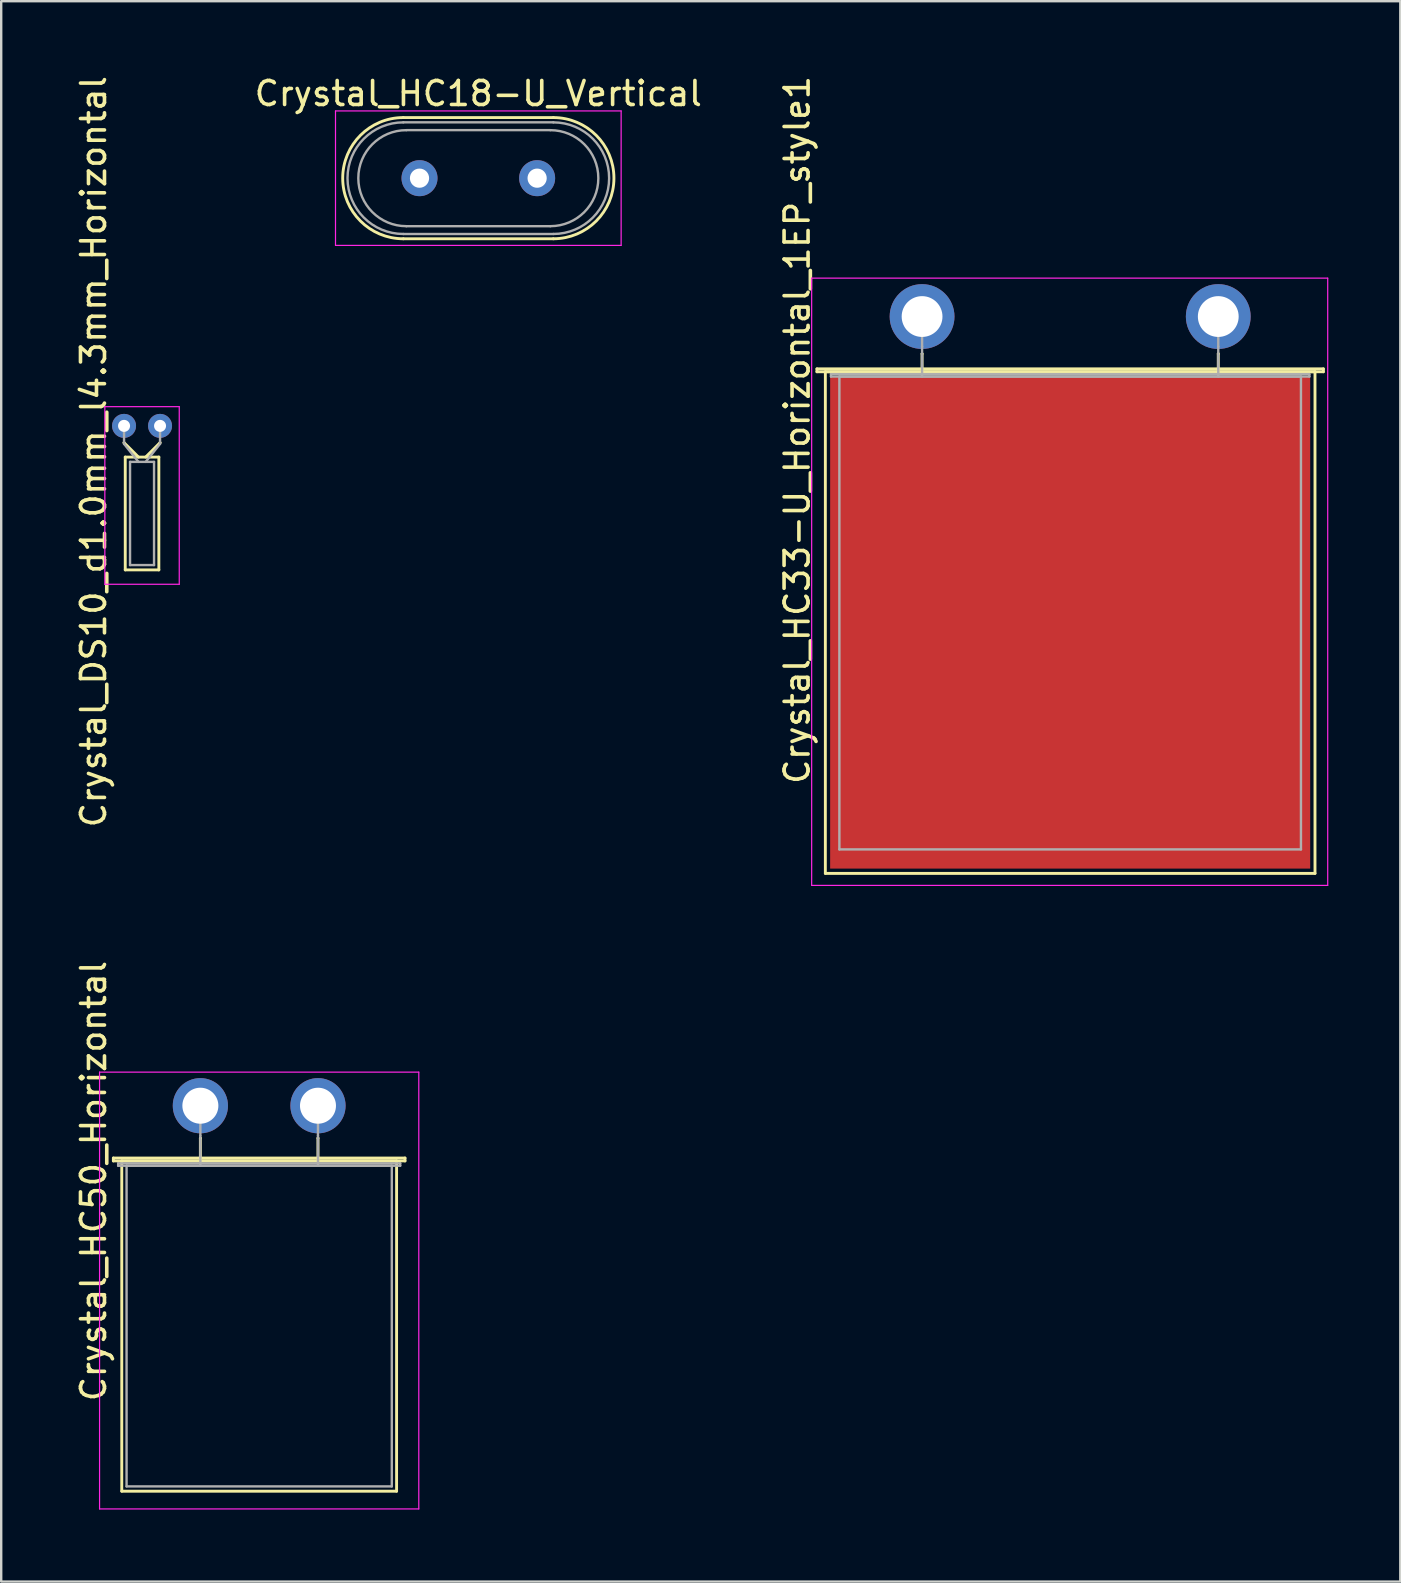
<source format=kicad_pcb>
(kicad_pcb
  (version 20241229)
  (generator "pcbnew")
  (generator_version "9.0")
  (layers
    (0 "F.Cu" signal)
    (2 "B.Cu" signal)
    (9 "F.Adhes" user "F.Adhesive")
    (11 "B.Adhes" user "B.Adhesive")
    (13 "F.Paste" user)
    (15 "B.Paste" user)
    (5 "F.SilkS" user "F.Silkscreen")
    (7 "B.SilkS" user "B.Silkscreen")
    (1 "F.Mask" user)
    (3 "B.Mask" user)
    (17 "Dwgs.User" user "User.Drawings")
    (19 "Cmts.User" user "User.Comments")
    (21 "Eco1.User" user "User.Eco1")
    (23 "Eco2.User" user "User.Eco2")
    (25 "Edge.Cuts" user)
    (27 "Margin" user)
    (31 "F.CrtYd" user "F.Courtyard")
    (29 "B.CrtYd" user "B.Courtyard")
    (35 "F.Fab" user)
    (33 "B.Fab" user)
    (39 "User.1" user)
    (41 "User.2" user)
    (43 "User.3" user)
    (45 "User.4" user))
  (footprint "Crystal_HC18-U_Vertical"
    (layer "F.Cu")
    (at 14.428 4.373)
    (property "Reference" "Crystal_HC18-U_Vertical" (at 2.45 -3.525 0) (layer "F.SilkS") (effects (font (size 1 1) (thickness 0.15))))
    (attr through_hole)
    (fp_line (start -0.675 -2.525) (end 5.575 -2.525) (stroke (width 0.12) (type solid)) (layer "F.SilkS"))
    (fp_line (start -0.675 2.525) (end 5.575 2.525) (stroke (width 0.12) (type solid)) (layer "F.SilkS"))
    (fp_arc (start -0.675 2.525) (mid -3.2 0) (end -0.675 -2.525) (stroke (width 0.12) (type solid)) (layer "F.SilkS"))
    (fp_arc (start 5.575 -2.525) (mid 8.1 0) (end 5.575 2.525) (stroke (width 0.12) (type solid)) (layer "F.SilkS"))
    (fp_line (start -3.5 -2.8) (end -3.5 2.8) (stroke (width 0.05) (type solid)) (layer "F.CrtYd"))
    (fp_line (start -3.5 2.8) (end 8.4 2.8) (stroke (width 0.05) (type solid)) (layer "F.CrtYd"))
    (fp_line (start 8.4 -2.8) (end -3.5 -2.8) (stroke (width 0.05) (type solid)) (layer "F.CrtYd"))
    (fp_line (start 8.4 2.8) (end 8.4 -2.8) (stroke (width 0.05) (type solid)) (layer "F.CrtYd"))
    (fp_line (start -0.675 -2.325) (end 5.575 -2.325) (stroke (width 0.1) (type solid)) (layer "F.Fab"))
    (fp_line (start -0.675 2.325) (end 5.575 2.325) (stroke (width 0.1) (type solid)) (layer "F.Fab"))
    (fp_line (start -0.55 -2) (end 5.45 -2) (stroke (width 0.1) (type solid)) (layer "F.Fab"))
    (fp_line (start -0.55 2) (end 5.45 2) (stroke (width 0.1) (type solid)) (layer "F.Fab"))
    (fp_arc (start -0.675 2.325) (mid -3 0) (end -0.675 -2.325) (stroke (width 0.1) (type solid)) (layer "F.Fab"))
    (fp_arc (start -0.55 2) (mid -2.55 0) (end -0.55 -2) (stroke (width 0.1) (type solid)) (layer "F.Fab"))
    (fp_arc (start 5.45 -2) (mid 7.45 0) (end 5.45 2) (stroke (width 0.1) (type solid)) (layer "F.Fab"))
    (fp_arc (start 5.575 -2.325) (mid 7.9 0) (end 5.575 2.325) (stroke (width 0.1) (type solid)) (layer "F.Fab"))
    (pad "1" thru_hole circle (at 0 0) (size 1.5 1.5) (drill 0.8) (layers "*.Cu" "*.Mask"))
    (pad "2" thru_hole circle (at 4.9 0) (size 1.5 1.5) (drill 0.8) (layers "*.Cu" "*.Mask")))
  (footprint "Crystal_DS10_d1.0mm_l4.3mm_Horizontal"
    (layer "F.Cu")
    (at 2.118 14.693)
    (property "Reference" "Crystal_DS10_d1.0mm_l4.3mm_Horizontal" (at -1.27 1.075 90) (layer "F.SilkS") (effects (font (size 1 1) (thickness 0.15))))
    (attr through_hole)
    (fp_line (start 0 0.7) (end 0 0.7) (stroke (width 0.12) (type solid)) (layer "F.SilkS"))
    (fp_line (start 0.05 1.3) (end 0.05 6) (stroke (width 0.12) (type solid)) (layer "F.SilkS"))
    (fp_line (start 0.05 6) (end 1.45 6) (stroke (width 0.12) (type solid)) (layer "F.SilkS"))
    (fp_line (start 0.6 1.3) (end 0 0.7) (stroke (width 0.12) (type solid)) (layer "F.SilkS"))
    (fp_line (start 0.9 1.3) (end 1.5 0.7) (stroke (width 0.12) (type solid)) (layer "F.SilkS"))
    (fp_line (start 1.45 1.3) (end 0.05 1.3) (stroke (width 0.12) (type solid)) (layer "F.SilkS"))
    (fp_line (start 1.45 6) (end 1.45 1.3) (stroke (width 0.12) (type solid)) (layer "F.SilkS"))
    (fp_line (start 1.5 0.7) (end 1.5 0.7) (stroke (width 0.12) (type solid)) (layer "F.SilkS"))
    (fp_line (start -0.8 -0.8) (end -0.8 6.6) (stroke (width 0.05) (type solid)) (layer "F.CrtYd"))
    (fp_line (start -0.8 6.6) (end 2.3 6.6) (stroke (width 0.05) (type solid)) (layer "F.CrtYd"))
    (fp_line (start 2.3 -0.8) (end -0.8 -0.8) (stroke (width 0.05) (type solid)) (layer "F.CrtYd"))
    (fp_line (start 2.3 6.6) (end 2.3 -0.8) (stroke (width 0.05) (type solid)) (layer "F.CrtYd"))
    (fp_line (start 0 0.75) (end 0 0) (stroke (width 0.1) (type solid)) (layer "F.Fab"))
    (fp_line (start 0.25 1.5) (end 0.25 5.8) (stroke (width 0.1) (type solid)) (layer "F.Fab"))
    (fp_line (start 0.25 5.8) (end 1.25 5.8) (stroke (width 0.1) (type solid)) (layer "F.Fab"))
    (fp_line (start 0.6 1.5) (end 0 0.75) (stroke (width 0.1) (type solid)) (layer "F.Fab"))
    (fp_line (start 0.9 1.5) (end 1.5 0.75) (stroke (width 0.1) (type solid)) (layer "F.Fab"))
    (fp_line (start 1.25 1.5) (end 0.25 1.5) (stroke (width 0.1) (type solid)) (layer "F.Fab"))
    (fp_line (start 1.25 5.8) (end 1.25 1.5) (stroke (width 0.1) (type solid)) (layer "F.Fab"))
    (fp_line (start 1.5 0.75) (end 1.5 0) (stroke (width 0.1) (type solid)) (layer "F.Fab"))
    (pad "1" thru_hole circle (at 0 0) (size 1 1) (drill 0.5) (layers "*.Cu" "*.Mask"))
    (pad "2" thru_hole circle (at 1.5 0) (size 1 1) (drill 0.5) (layers "*.Cu" "*.Mask")))
  (footprint "Crystal_HC50_Horizontal"
    (layer "F.Cu")
    (at 5.298 43.017)
    (property "Reference" "Crystal_HC50_Horizontal" (at -4.45 3.138 90) (layer "F.SilkS") (effects (font (size 1 1) (thickness 0.15))))
    (attr through_hole)
    (fp_line (start -3.625 2.18) (end 8.525 2.18) (stroke (width 0.12) (type solid)) (layer "F.SilkS"))
    (fp_line (start -3.625 2.3) (end -3.625 2.18) (stroke (width 0.12) (type solid)) (layer "F.SilkS"))
    (fp_line (start -3.275 2.3) (end -3.275 16.06) (stroke (width 0.12) (type solid)) (layer "F.SilkS"))
    (fp_line (start -3.275 16.06) (end 8.175 16.06) (stroke (width 0.12) (type solid)) (layer "F.SilkS"))
    (fp_line (start 0 1.35) (end 0 1.35) (stroke (width 0.12) (type solid)) (layer "F.SilkS"))
    (fp_line (start 0 2.3) (end 0 1.35) (stroke (width 0.12) (type solid)) (layer "F.SilkS"))
    (fp_line (start 4.9 1.35) (end 4.9 1.35) (stroke (width 0.12) (type solid)) (layer "F.SilkS"))
    (fp_line (start 4.9 2.3) (end 4.9 1.35) (stroke (width 0.12) (type solid)) (layer "F.SilkS"))
    (fp_line (start 8.175 2.3) (end -3.275 2.3) (stroke (width 0.12) (type solid)) (layer "F.SilkS"))
    (fp_line (start 8.175 16.06) (end 8.175 2.3) (stroke (width 0.12) (type solid)) (layer "F.SilkS"))
    (fp_line (start 8.525 2.18) (end 8.525 2.3) (stroke (width 0.12) (type solid)) (layer "F.SilkS"))
    (fp_line (start 8.525 2.3) (end -3.625 2.3) (stroke (width 0.12) (type solid)) (layer "F.SilkS"))
    (fp_line (start -4.2 -1.4) (end -4.2 16.8) (stroke (width 0.05) (type solid)) (layer "F.CrtYd"))
    (fp_line (start -4.2 16.8) (end 9.1 16.8) (stroke (width 0.05) (type solid)) (layer "F.CrtYd"))
    (fp_line (start 9.1 -1.4) (end -4.2 -1.4) (stroke (width 0.05) (type solid)) (layer "F.CrtYd"))
    (fp_line (start 9.1 16.8) (end 9.1 -1.4) (stroke (width 0.05) (type solid)) (layer "F.CrtYd"))
    (fp_line (start -3.425 2.4) (end 8.325 2.4) (stroke (width 0.1) (type solid)) (layer "F.Fab"))
    (fp_line (start -3.425 2.5) (end -3.425 2.4) (stroke (width 0.1) (type solid)) (layer "F.Fab"))
    (fp_line (start -3.075 2.5) (end -3.075 15.86) (stroke (width 0.1) (type solid)) (layer "F.Fab"))
    (fp_line (start -3.075 15.86) (end 7.975 15.86) (stroke (width 0.1) (type solid)) (layer "F.Fab"))
    (fp_line (start 0 1.25) (end 0 0) (stroke (width 0.1) (type solid)) (layer "F.Fab"))
    (fp_line (start 0 2.5) (end 0 1.25) (stroke (width 0.1) (type solid)) (layer "F.Fab"))
    (fp_line (start 4.9 1.25) (end 4.9 0) (stroke (width 0.1) (type solid)) (layer "F.Fab"))
    (fp_line (start 4.9 2.5) (end 4.9 1.25) (stroke (width 0.1) (type solid)) (layer "F.Fab"))
    (fp_line (start 7.975 2.5) (end -3.075 2.5) (stroke (width 0.1) (type solid)) (layer "F.Fab"))
    (fp_line (start 7.975 15.86) (end 7.975 2.5) (stroke (width 0.1) (type solid)) (layer "F.Fab"))
    (fp_line (start 8.325 2.4) (end 8.325 2.5) (stroke (width 0.1) (type solid)) (layer "F.Fab"))
    (fp_line (start 8.325 2.5) (end -3.425 2.5) (stroke (width 0.1) (type solid)) (layer "F.Fab"))
    (pad "1" thru_hole circle (at 0 0) (size 2.3 2.3) (drill 1.5) (layers "*.Cu" "*.Mask"))
    (pad "2" thru_hole circle (at 4.9 0) (size 2.3 2.3) (drill 1.5) (layers "*.Cu" "*.Mask")))
  (footprint "Crystal_HC33-U_Horizontal_1EP_style1"
    (layer "F.Cu")
    (at 35.366 10.138)
    (property "Reference" "Crystal_HC33-U_Horizontal_1EP_style1" (at -5.205 4.725 90) (layer "F.SilkS") (effects (font (size 1 1) (thickness 0.15))))
    (attr through_hole)
    (fp_line (start -4.38 2.18) (end 16.72 2.18) (stroke (width 0.12) (type solid)) (layer "F.SilkS"))
    (fp_line (start -4.38 2.3) (end -4.38 2.18) (stroke (width 0.12) (type solid)) (layer "F.SilkS"))
    (fp_line (start -4.03 2.3) (end -4.03 23.2) (stroke (width 0.12) (type solid)) (layer "F.SilkS"))
    (fp_line (start -4.03 23.2) (end 16.37 23.2) (stroke (width 0.12) (type solid)) (layer "F.SilkS"))
    (fp_line (start 0 1.55) (end 0 1.55) (stroke (width 0.12) (type solid)) (layer "F.SilkS"))
    (fp_line (start 0 2.3) (end 0 1.55) (stroke (width 0.12) (type solid)) (layer "F.SilkS"))
    (fp_line (start 12.34 1.55) (end 12.34 1.55) (stroke (width 0.12) (type solid)) (layer "F.SilkS"))
    (fp_line (start 12.34 2.3) (end 12.34 1.55) (stroke (width 0.12) (type solid)) (layer "F.SilkS"))
    (fp_line (start 16.37 2.3) (end -4.03 2.3) (stroke (width 0.12) (type solid)) (layer "F.SilkS"))
    (fp_line (start 16.37 23.2) (end 16.37 2.3) (stroke (width 0.12) (type solid)) (layer "F.SilkS"))
    (fp_line (start 16.72 2.18) (end 16.72 2.3) (stroke (width 0.12) (type solid)) (layer "F.SilkS"))
    (fp_line (start 16.72 2.3) (end -4.38 2.3) (stroke (width 0.12) (type solid)) (layer "F.SilkS"))
    (fp_line (start -4.6 -1.6) (end -4.6 23.7) (stroke (width 0.05) (type solid)) (layer "F.CrtYd"))
    (fp_line (start -4.6 23.7) (end 16.9 23.7) (stroke (width 0.05) (type solid)) (layer "F.CrtYd"))
    (fp_line (start 16.9 -1.6) (end -4.6 -1.6) (stroke (width 0.05) (type solid)) (layer "F.CrtYd"))
    (fp_line (start 16.9 23.7) (end 16.9 -1.6) (stroke (width 0.05) (type solid)) (layer "F.CrtYd"))
    (fp_line (start -3.795 2.4) (end 16.135 2.4) (stroke (width 0.1) (type solid)) (layer "F.Fab"))
    (fp_line (start -3.795 2.5) (end -3.795 2.4) (stroke (width 0.1) (type solid)) (layer "F.Fab"))
    (fp_line (start -3.445 2.5) (end -3.445 22.2) (stroke (width 0.1) (type solid)) (layer "F.Fab"))
    (fp_line (start -3.445 22.2) (end 15.785 22.2) (stroke (width 0.1) (type solid)) (layer "F.Fab"))
    (fp_line (start 0 1.25) (end 0 0) (stroke (width 0.1) (type solid)) (layer "F.Fab"))
    (fp_line (start 0 2.5) (end 0 1.25) (stroke (width 0.1) (type solid)) (layer "F.Fab"))
    (fp_line (start 12.34 1.25) (end 12.34 0) (stroke (width 0.1) (type solid)) (layer "F.Fab"))
    (fp_line (start 12.34 2.5) (end 12.34 1.25) (stroke (width 0.1) (type solid)) (layer "F.Fab"))
    (fp_line (start 15.785 2.5) (end -3.445 2.5) (stroke (width 0.1) (type solid)) (layer "F.Fab"))
    (fp_line (start 15.785 22.2) (end 15.785 2.5) (stroke (width 0.1) (type solid)) (layer "F.Fab"))
    (fp_line (start 16.135 2.4) (end 16.135 2.5) (stroke (width 0.1) (type solid)) (layer "F.Fab"))
    (fp_line (start 16.135 2.5) (end -3.795 2.5) (stroke (width 0.1) (type solid)) (layer "F.Fab"))
    (pad "1" thru_hole circle (at 0 0) (size 2.7 2.7) (drill 1.7) (layers "*.Cu" "*.Mask"))
    (pad "2" thru_hole circle (at 12.34 0) (size 2.7 2.7) (drill 1.7) (layers "*.Cu" "*.Mask"))
    (pad "3" smd rect (at 6.17 12.75) (size 20 20.5) (layers "F.Cu" "F.Mask")))
  (gr_rect
    (start -3 -3)
    (end 55.291 62.842)
    (stroke (width 0.1) (type default))
    (fill no)
    (layer "Edge.Cuts")))
</source>
